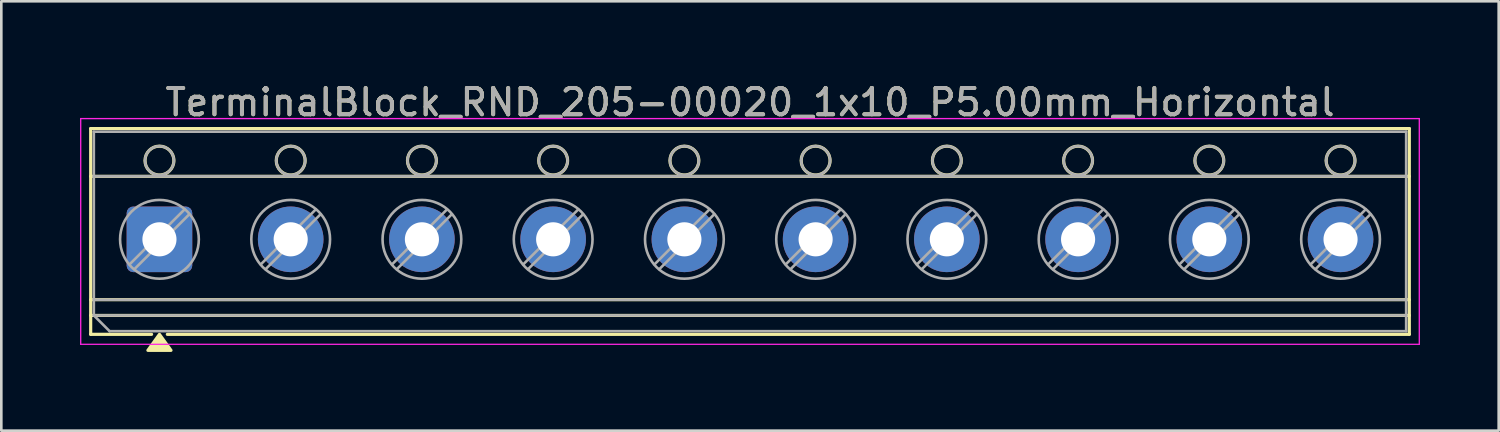
<source format=kicad_pcb>
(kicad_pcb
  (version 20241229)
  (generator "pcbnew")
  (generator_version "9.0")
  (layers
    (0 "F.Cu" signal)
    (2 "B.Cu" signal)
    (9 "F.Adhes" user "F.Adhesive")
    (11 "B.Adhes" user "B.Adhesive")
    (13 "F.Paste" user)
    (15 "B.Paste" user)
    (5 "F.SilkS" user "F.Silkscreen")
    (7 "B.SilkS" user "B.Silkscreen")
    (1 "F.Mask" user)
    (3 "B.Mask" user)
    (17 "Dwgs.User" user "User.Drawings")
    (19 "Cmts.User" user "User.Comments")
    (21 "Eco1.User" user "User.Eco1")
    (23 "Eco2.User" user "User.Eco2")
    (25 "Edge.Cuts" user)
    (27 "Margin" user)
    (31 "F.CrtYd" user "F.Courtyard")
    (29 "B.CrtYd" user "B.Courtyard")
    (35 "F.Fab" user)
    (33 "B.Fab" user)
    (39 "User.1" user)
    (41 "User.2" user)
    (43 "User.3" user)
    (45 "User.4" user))
  (footprint "TerminalBlock_RND_205-00020_1x10_P5.00mm_Horizontal"
    (layer "F.Cu")
    (at 3.025 6.068)
    (property "Reference" "TerminalBlock_RND_205-00020_1x10_P5.00mm_Horizontal" (at 22.5 -5.22 0) (layer "F.SilkS") (effects (font (size 1 1) (thickness 0.15))))
    (attr through_hole)
    (fp_line (start -2.62 -4.22) (end -2.62 3.62) (stroke (width 0.12) (type solid)) (layer "F.SilkS"))
    (fp_line (start -2.62 -4.22) (end 47.62 -4.22) (stroke (width 0.12) (type solid)) (layer "F.SilkS"))
    (fp_line (start -2.62 -2.4) (end 47.62 -2.4) (stroke (width 0.12) (type solid)) (layer "F.SilkS"))
    (fp_line (start -2.62 2.3) (end 47.62 2.3) (stroke (width 0.12) (type solid)) (layer "F.SilkS"))
    (fp_line (start -2.62 2.9) (end 47.62 2.9) (stroke (width 0.12) (type solid)) (layer "F.SilkS"))
    (fp_line (start -2.62 3.62) (end -0.3 3.62) (stroke (width 0.12) (type solid)) (layer "F.SilkS"))
    (fp_line (start 0.3 3.62) (end 47.62 3.62) (stroke (width 0.12) (type solid)) (layer "F.SilkS"))
    (fp_line (start 47.62 -4.22) (end 47.62 3.62) (stroke (width 0.12) (type solid)) (layer "F.SilkS"))
    (fp_circle (center 0 -3) (end 0.55 -3) (stroke (width 0.12) (type solid)) (fill no) (layer "F.SilkS"))
    (fp_circle (center 5 -3) (end 5.55 -3) (stroke (width 0.12) (type solid)) (fill no) (layer "F.SilkS"))
    (fp_circle (center 10 -3) (end 10.55 -3) (stroke (width 0.12) (type solid)) (fill no) (layer "F.SilkS"))
    (fp_circle (center 15 -3) (end 15.55 -3) (stroke (width 0.12) (type solid)) (fill no) (layer "F.SilkS"))
    (fp_circle (center 20 -3) (end 20.55 -3) (stroke (width 0.12) (type solid)) (fill no) (layer "F.SilkS"))
    (fp_circle (center 25 -3) (end 25.55 -3) (stroke (width 0.12) (type solid)) (fill no) (layer "F.SilkS"))
    (fp_circle (center 30 -3) (end 30.55 -3) (stroke (width 0.12) (type solid)) (fill no) (layer "F.SilkS"))
    (fp_circle (center 35 -3) (end 35.55 -3) (stroke (width 0.12) (type solid)) (fill no) (layer "F.SilkS"))
    (fp_circle (center 40 -3) (end 40.55 -3) (stroke (width 0.12) (type solid)) (fill no) (layer "F.SilkS"))
    (fp_circle (center 45 -3) (end 45.55 -3) (stroke (width 0.12) (type solid)) (fill no) (layer "F.SilkS"))
    (fp_poly (pts (xy 0 3.62) (xy 0.44 4.23) (xy -0.44 4.23)) (stroke (width 0.12) (type solid)) (fill yes) (layer "F.SilkS"))
    (fp_line (start -3 -4.6) (end -3 4) (stroke (width 0.05) (type solid)) (layer "F.CrtYd"))
    (fp_line (start -3 4) (end 48 4) (stroke (width 0.05) (type solid)) (layer "F.CrtYd"))
    (fp_line (start 48 -4.6) (end -3 -4.6) (stroke (width 0.05) (type solid)) (layer "F.CrtYd"))
    (fp_line (start 48 4) (end 48 -4.6) (stroke (width 0.05) (type solid)) (layer "F.CrtYd"))
    (fp_line (start -2.5 -4.1) (end 47.5 -4.1) (stroke (width 0.1) (type solid)) (layer "F.Fab"))
    (fp_line (start -2.5 -2.4) (end 47.5 -2.4) (stroke (width 0.1) (type solid)) (layer "F.Fab"))
    (fp_line (start -2.5 2.3) (end 47.5 2.3) (stroke (width 0.1) (type solid)) (layer "F.Fab"))
    (fp_line (start -2.5 2.9) (end -2.5 -4.1) (stroke (width 0.1) (type solid)) (layer "F.Fab"))
    (fp_line (start -2.5 2.9) (end 47.5 2.9) (stroke (width 0.1) (type solid)) (layer "F.Fab"))
    (fp_line (start -1.9 3.5) (end -2.5 2.9) (stroke (width 0.1) (type solid)) (layer "F.Fab"))
    (fp_line (start 0.955 -1.138) (end -1.138 0.954) (stroke (width 0.1) (type solid)) (layer "F.Fab"))
    (fp_line (start 1.138 -0.954) (end -0.955 1.137) (stroke (width 0.1) (type solid)) (layer "F.Fab"))
    (fp_line (start 5.955 -1.138) (end 3.862 0.954) (stroke (width 0.1) (type solid)) (layer "F.Fab"))
    (fp_line (start 6.138 -0.954) (end 4.045 1.137) (stroke (width 0.1) (type solid)) (layer "F.Fab"))
    (fp_line (start 10.955 -1.138) (end 8.862 0.954) (stroke (width 0.1) (type solid)) (layer "F.Fab"))
    (fp_line (start 11.138 -0.954) (end 9.045 1.137) (stroke (width 0.1) (type solid)) (layer "F.Fab"))
    (fp_line (start 15.955 -1.138) (end 13.862 0.954) (stroke (width 0.1) (type solid)) (layer "F.Fab"))
    (fp_line (start 16.138 -0.954) (end 14.045 1.137) (stroke (width 0.1) (type solid)) (layer "F.Fab"))
    (fp_line (start 20.955 -1.138) (end 18.862 0.954) (stroke (width 0.1) (type solid)) (layer "F.Fab"))
    (fp_line (start 21.138 -0.954) (end 19.045 1.137) (stroke (width 0.1) (type solid)) (layer "F.Fab"))
    (fp_line (start 25.955 -1.138) (end 23.862 0.954) (stroke (width 0.1) (type solid)) (layer "F.Fab"))
    (fp_line (start 26.138 -0.954) (end 24.045 1.137) (stroke (width 0.1) (type solid)) (layer "F.Fab"))
    (fp_line (start 30.955 -1.138) (end 28.862 0.954) (stroke (width 0.1) (type solid)) (layer "F.Fab"))
    (fp_line (start 31.138 -0.954) (end 29.045 1.137) (stroke (width 0.1) (type solid)) (layer "F.Fab"))
    (fp_line (start 35.955 -1.138) (end 33.862 0.954) (stroke (width 0.1) (type solid)) (layer "F.Fab"))
    (fp_line (start 36.138 -0.954) (end 34.045 1.137) (stroke (width 0.1) (type solid)) (layer "F.Fab"))
    (fp_line (start 40.955 -1.138) (end 38.862 0.954) (stroke (width 0.1) (type solid)) (layer "F.Fab"))
    (fp_line (start 41.138 -0.954) (end 39.045 1.137) (stroke (width 0.1) (type solid)) (layer "F.Fab"))
    (fp_line (start 45.955 -1.138) (end 43.862 0.954) (stroke (width 0.1) (type solid)) (layer "F.Fab"))
    (fp_line (start 46.138 -0.954) (end 44.045 1.137) (stroke (width 0.1) (type solid)) (layer "F.Fab"))
    (fp_line (start 47.5 -4.1) (end 47.5 3.5) (stroke (width 0.1) (type solid)) (layer "F.Fab"))
    (fp_line (start 47.5 3.5) (end -1.9 3.5) (stroke (width 0.1) (type solid)) (layer "F.Fab"))
    (fp_circle (center 0 -3) (end 0.55 -3) (stroke (width 0.1) (type solid)) (fill no) (layer "F.Fab"))
    (fp_circle (center 0 0) (end 1.5 0) (stroke (width 0.1) (type solid)) (fill no) (layer "F.Fab"))
    (fp_circle (center 5 -3) (end 5.55 -3) (stroke (width 0.1) (type solid)) (fill no) (layer "F.Fab"))
    (fp_circle (center 5 0) (end 6.5 0) (stroke (width 0.1) (type solid)) (fill no) (layer "F.Fab"))
    (fp_circle (center 10 -3) (end 10.55 -3) (stroke (width 0.1) (type solid)) (fill no) (layer "F.Fab"))
    (fp_circle (center 10 0) (end 11.5 0) (stroke (width 0.1) (type solid)) (fill no) (layer "F.Fab"))
    (fp_circle (center 15 -3) (end 15.55 -3) (stroke (width 0.1) (type solid)) (fill no) (layer "F.Fab"))
    (fp_circle (center 15 0) (end 16.5 0) (stroke (width 0.1) (type solid)) (fill no) (layer "F.Fab"))
    (fp_circle (center 20 -3) (end 20.55 -3) (stroke (width 0.1) (type solid)) (fill no) (layer "F.Fab"))
    (fp_circle (center 20 0) (end 21.5 0) (stroke (width 0.1) (type solid)) (fill no) (layer "F.Fab"))
    (fp_circle (center 25 -3) (end 25.55 -3) (stroke (width 0.1) (type solid)) (fill no) (layer "F.Fab"))
    (fp_circle (center 25 0) (end 26.5 0) (stroke (width 0.1) (type solid)) (fill no) (layer "F.Fab"))
    (fp_circle (center 30 -3) (end 30.55 -3) (stroke (width 0.1) (type solid)) (fill no) (layer "F.Fab"))
    (fp_circle (center 30 0) (end 31.5 0) (stroke (width 0.1) (type solid)) (fill no) (layer "F.Fab"))
    (fp_circle (center 35 -3) (end 35.55 -3) (stroke (width 0.1) (type solid)) (fill no) (layer "F.Fab"))
    (fp_circle (center 35 0) (end 36.5 0) (stroke (width 0.1) (type solid)) (fill no) (layer "F.Fab"))
    (fp_circle (center 40 -3) (end 40.55 -3) (stroke (width 0.1) (type solid)) (fill no) (layer "F.Fab"))
    (fp_circle (center 40 0) (end 41.5 0) (stroke (width 0.1) (type solid)) (fill no) (layer "F.Fab"))
    (fp_circle (center 45 -3) (end 45.55 -3) (stroke (width 0.1) (type solid)) (fill no) (layer "F.Fab"))
    (fp_circle (center 45 0) (end 46.5 0) (stroke (width 0.1) (type solid)) (fill no) (layer "F.Fab"))
    (fp_text user "${REFERENCE}" (at 22.5 -5.22 0) (layer "F.Fab") (effects (font (size 1 1) (thickness 0.15))))
    (pad "1" thru_hole roundrect (at 0 0) (size 2.5 2.5) (drill 1.3) (layers "*.Cu" "*.Mask") (roundrect_rratio 0.1))
    (pad "2" thru_hole circle (at 5 0) (size 2.5 2.5) (drill 1.3) (layers "*.Cu" "*.Mask"))
    (pad "3" thru_hole circle (at 10 0) (size 2.5 2.5) (drill 1.3) (layers "*.Cu" "*.Mask"))
    (pad "4" thru_hole circle (at 15 0) (size 2.5 2.5) (drill 1.3) (layers "*.Cu" "*.Mask"))
    (pad "5" thru_hole circle (at 20 0) (size 2.5 2.5) (drill 1.3) (layers "*.Cu" "*.Mask"))
    (pad "6" thru_hole circle (at 25 0) (size 2.5 2.5) (drill 1.3) (layers "*.Cu" "*.Mask"))
    (pad "7" thru_hole circle (at 30 0) (size 2.5 2.5) (drill 1.3) (layers "*.Cu" "*.Mask"))
    (pad "8" thru_hole circle (at 35 0) (size 2.5 2.5) (drill 1.3) (layers "*.Cu" "*.Mask"))
    (pad "9" thru_hole circle (at 40 0) (size 2.5 2.5) (drill 1.3) (layers "*.Cu" "*.Mask"))
    (pad "10" thru_hole circle (at 45 0) (size 2.5 2.5) (drill 1.3) (layers "*.Cu" "*.Mask")))
  (gr_rect
    (start -3 -3)
    (end 54.05 13.358)
    (stroke (width 0.1) (type default))
    (fill no)
    (layer "Edge.Cuts")))
</source>
